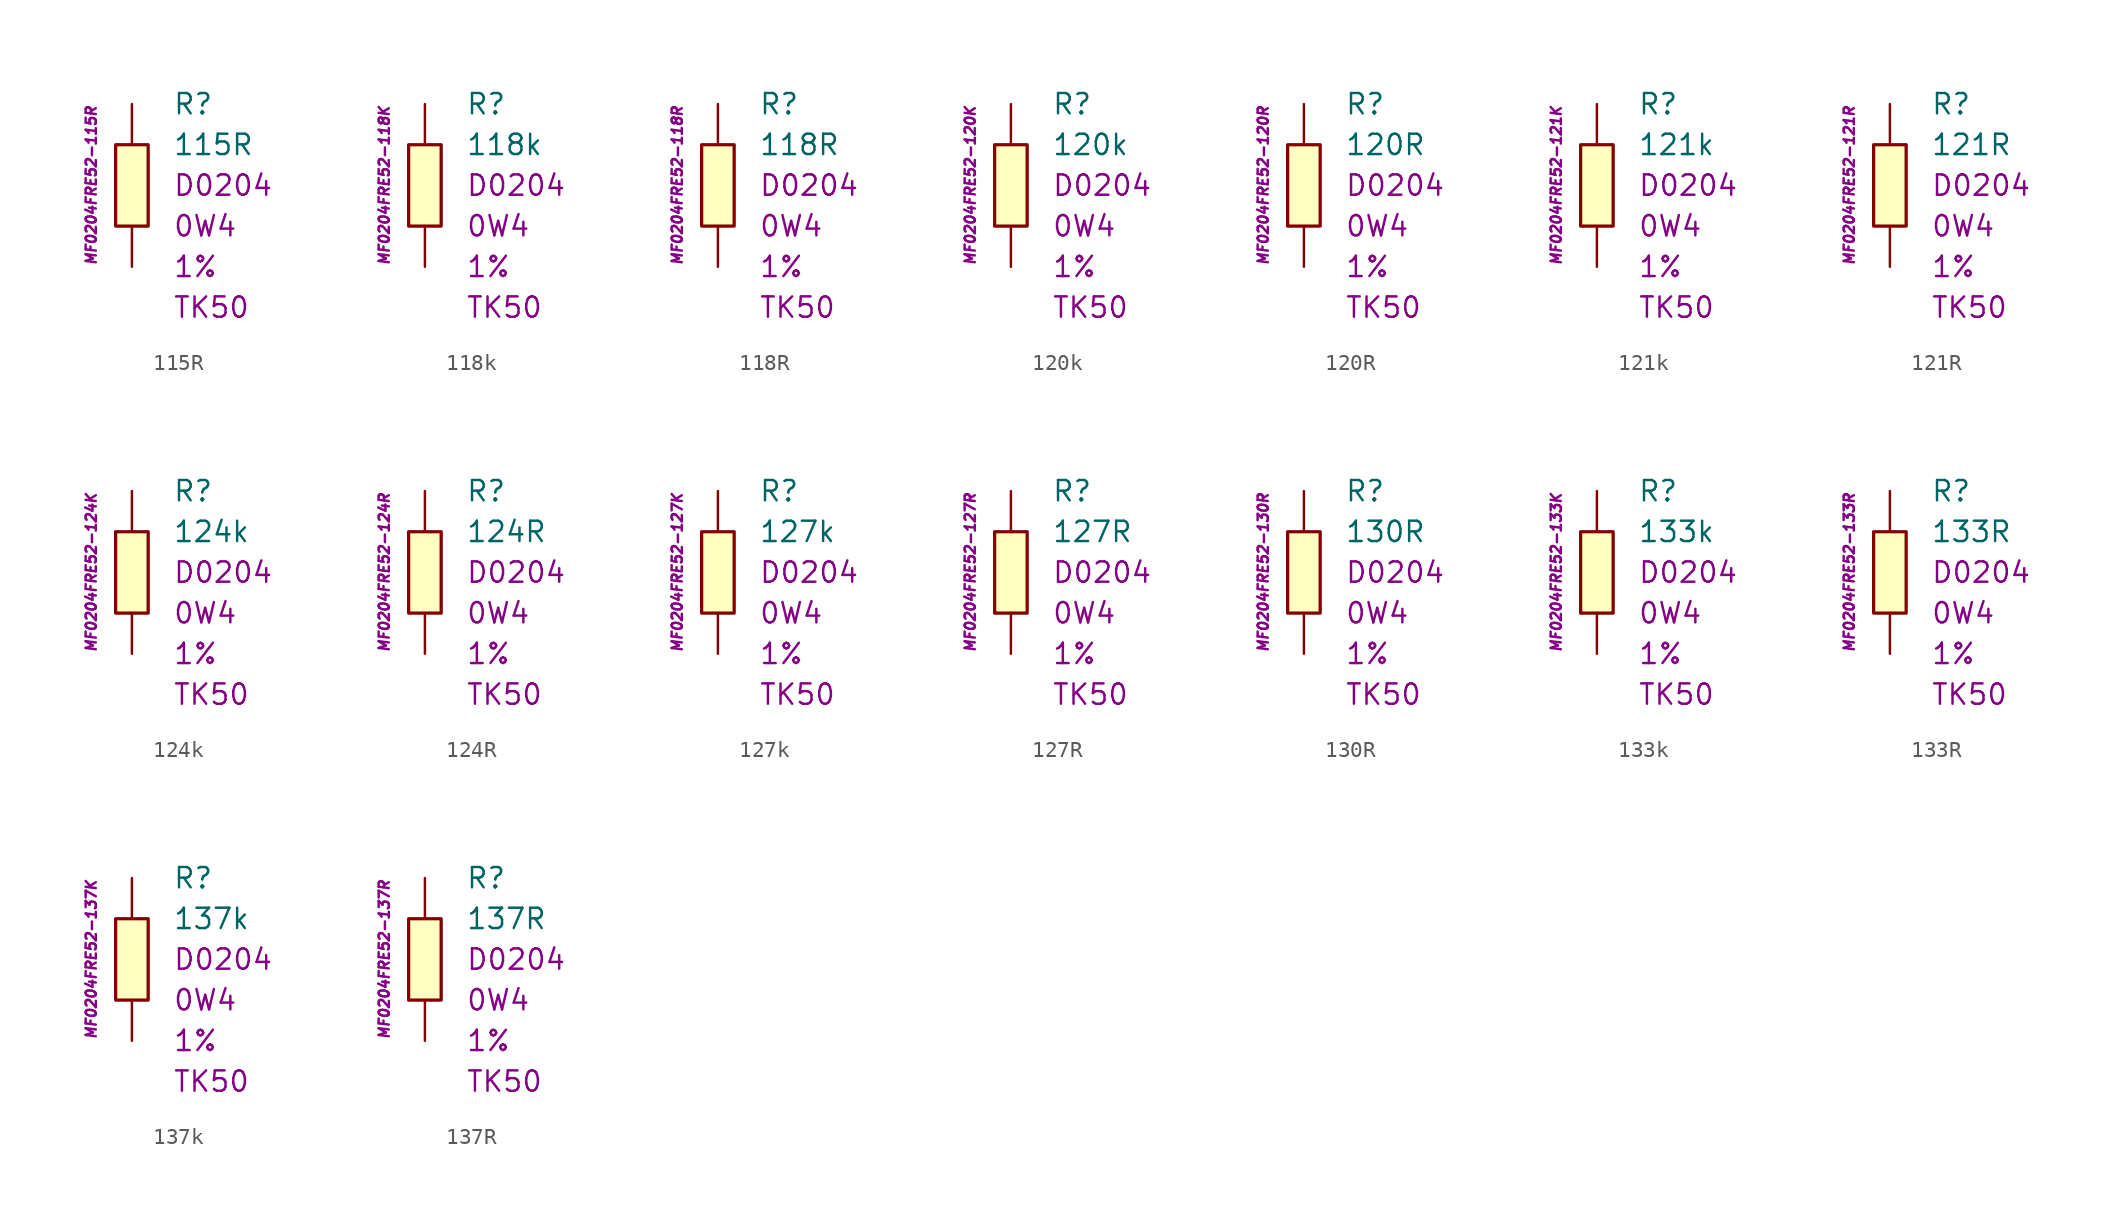
<source format=kicad_sym>
(kicad_symbol_lib
  (version 20201005)
  (generator kicad_symbol_editor)
  (symbol "115R"
    (pin_numbers hide)
    (pin_names
      (offset 1.016) hide)
    (property "Reference" "R"
      (at 2.54 5.08 0)
      (effects (font (size 1.27 1.27)) (justify left)))
    (property "Value" "115R"
      (at 2.54 2.54 0)
      (effects (font (size 1.27 1.27)) (justify left)))
    (property "Package" "D0204"
      (at 2.54 0 0)
      (effects (font (size 1.27 1.27)) (justify left)))
    (property "Power" "0W4"
      (at 2.54 -2.54 0)
      (effects (font (size 1.27 1.27)) (justify left)))
    (property "Tolerance" "1%"
      (at 2.54 -5.08 0)
      (effects (font (size 1.27 1.27)) (justify left)))
    (property "TK" "TK50"
      (at 2.54 -7.62 0)
      (effects (font (size 1.27 1.27)) (justify left)))
    (property "ID" "MF0204FRE52-115R"
      (at -2.54 0 90)
      (effects (font (size 0.635 0.635) italic)))
    (symbol "115R_0_1"
      (rectangle (start -1.016 2.54) (end 1.016 -2.54) (stroke (width 0.203)) (fill (type background))))
    (symbol "115R_1_1"
      (pin passive line (at 0 5.08 270) (length 2.54) (name "~" (effects (font (size 1.778 1.778)))) (number "1" (effects (font (size 1.778 1.778)))))
      (pin passive line (at 0 -5.08 90) (length 2.54) (name "~" (effects (font (size 1.778 1.778)))) (number "2" (effects (font (size 1.778 1.778)))))))
  (symbol "118k"
    (pin_numbers hide)
    (pin_names
      (offset 1.016) hide)
    (property "Reference" "R"
      (at 2.54 5.08 0)
      (effects (font (size 1.27 1.27)) (justify left)))
    (property "Value" "118k"
      (at 2.54 2.54 0)
      (effects (font (size 1.27 1.27)) (justify left)))
    (property "Package" "D0204"
      (at 2.54 0 0)
      (effects (font (size 1.27 1.27)) (justify left)))
    (property "Power" "0W4"
      (at 2.54 -2.54 0)
      (effects (font (size 1.27 1.27)) (justify left)))
    (property "Tolerance" "1%"
      (at 2.54 -5.08 0)
      (effects (font (size 1.27 1.27)) (justify left)))
    (property "TK" "TK50"
      (at 2.54 -7.62 0)
      (effects (font (size 1.27 1.27)) (justify left)))
    (property "ID" "MF0204FRE52-118K"
      (at -2.54 0 90)
      (effects (font (size 0.635 0.635) italic)))
    (symbol "118k_0_1"
      (rectangle (start -1.016 2.54) (end 1.016 -2.54) (stroke (width 0.203)) (fill (type background))))
    (symbol "118k_1_1"
      (pin passive line (at 0 5.08 270) (length 2.54) (name "~" (effects (font (size 1.778 1.778)))) (number "1" (effects (font (size 1.778 1.778)))))
      (pin passive line (at 0 -5.08 90) (length 2.54) (name "~" (effects (font (size 1.778 1.778)))) (number "2" (effects (font (size 1.778 1.778)))))))
  (symbol "118R"
    (pin_numbers hide)
    (pin_names
      (offset 1.016) hide)
    (property "Reference" "R"
      (at 2.54 5.08 0)
      (effects (font (size 1.27 1.27)) (justify left)))
    (property "Value" "118R"
      (at 2.54 2.54 0)
      (effects (font (size 1.27 1.27)) (justify left)))
    (property "Package" "D0204"
      (at 2.54 0 0)
      (effects (font (size 1.27 1.27)) (justify left)))
    (property "Power" "0W4"
      (at 2.54 -2.54 0)
      (effects (font (size 1.27 1.27)) (justify left)))
    (property "Tolerance" "1%"
      (at 2.54 -5.08 0)
      (effects (font (size 1.27 1.27)) (justify left)))
    (property "TK" "TK50"
      (at 2.54 -7.62 0)
      (effects (font (size 1.27 1.27)) (justify left)))
    (property "ID" "MF0204FRE52-118R"
      (at -2.54 0 90)
      (effects (font (size 0.635 0.635) italic)))
    (symbol "118R_0_1"
      (rectangle (start -1.016 2.54) (end 1.016 -2.54) (stroke (width 0.203)) (fill (type background))))
    (symbol "118R_1_1"
      (pin passive line (at 0 5.08 270) (length 2.54) (name "~" (effects (font (size 1.778 1.778)))) (number "1" (effects (font (size 1.778 1.778)))))
      (pin passive line (at 0 -5.08 90) (length 2.54) (name "~" (effects (font (size 1.778 1.778)))) (number "2" (effects (font (size 1.778 1.778)))))))
  (symbol "120k"
    (pin_numbers hide)
    (pin_names
      (offset 1.016) hide)
    (property "Reference" "R"
      (at 2.54 5.08 0)
      (effects (font (size 1.27 1.27)) (justify left)))
    (property "Value" "120k"
      (at 2.54 2.54 0)
      (effects (font (size 1.27 1.27)) (justify left)))
    (property "Package" "D0204"
      (at 2.54 0 0)
      (effects (font (size 1.27 1.27)) (justify left)))
    (property "Power" "0W4"
      (at 2.54 -2.54 0)
      (effects (font (size 1.27 1.27)) (justify left)))
    (property "Tolerance" "1%"
      (at 2.54 -5.08 0)
      (effects (font (size 1.27 1.27)) (justify left)))
    (property "TK" "TK50"
      (at 2.54 -7.62 0)
      (effects (font (size 1.27 1.27)) (justify left)))
    (property "ID" "MF0204FRE52-120K"
      (at -2.54 0 90)
      (effects (font (size 0.635 0.635) italic)))
    (symbol "120k_0_1"
      (rectangle (start -1.016 2.54) (end 1.016 -2.54) (stroke (width 0.203)) (fill (type background))))
    (symbol "120k_1_1"
      (pin passive line (at 0 5.08 270) (length 2.54) (name "~" (effects (font (size 1.778 1.778)))) (number "1" (effects (font (size 1.778 1.778)))))
      (pin passive line (at 0 -5.08 90) (length 2.54) (name "~" (effects (font (size 1.778 1.778)))) (number "2" (effects (font (size 1.778 1.778)))))))
  (symbol "120R"
    (pin_numbers hide)
    (pin_names
      (offset 1.016) hide)
    (property "Reference" "R"
      (at 2.54 5.08 0)
      (effects (font (size 1.27 1.27)) (justify left)))
    (property "Value" "120R"
      (at 2.54 2.54 0)
      (effects (font (size 1.27 1.27)) (justify left)))
    (property "Package" "D0204"
      (at 2.54 0 0)
      (effects (font (size 1.27 1.27)) (justify left)))
    (property "Power" "0W4"
      (at 2.54 -2.54 0)
      (effects (font (size 1.27 1.27)) (justify left)))
    (property "Tolerance" "1%"
      (at 2.54 -5.08 0)
      (effects (font (size 1.27 1.27)) (justify left)))
    (property "TK" "TK50"
      (at 2.54 -7.62 0)
      (effects (font (size 1.27 1.27)) (justify left)))
    (property "ID" "MF0204FRE52-120R"
      (at -2.54 0 90)
      (effects (font (size 0.635 0.635) italic)))
    (symbol "120R_0_1"
      (rectangle (start -1.016 2.54) (end 1.016 -2.54) (stroke (width 0.203)) (fill (type background))))
    (symbol "120R_1_1"
      (pin passive line (at 0 5.08 270) (length 2.54) (name "~" (effects (font (size 1.778 1.778)))) (number "1" (effects (font (size 1.778 1.778)))))
      (pin passive line (at 0 -5.08 90) (length 2.54) (name "~" (effects (font (size 1.778 1.778)))) (number "2" (effects (font (size 1.778 1.778)))))))
  (symbol "121k"
    (pin_numbers hide)
    (pin_names
      (offset 1.016) hide)
    (property "Reference" "R"
      (at 2.54 5.08 0)
      (effects (font (size 1.27 1.27)) (justify left)))
    (property "Value" "121k"
      (at 2.54 2.54 0)
      (effects (font (size 1.27 1.27)) (justify left)))
    (property "Package" "D0204"
      (at 2.54 0 0)
      (effects (font (size 1.27 1.27)) (justify left)))
    (property "Power" "0W4"
      (at 2.54 -2.54 0)
      (effects (font (size 1.27 1.27)) (justify left)))
    (property "Tolerance" "1%"
      (at 2.54 -5.08 0)
      (effects (font (size 1.27 1.27)) (justify left)))
    (property "TK" "TK50"
      (at 2.54 -7.62 0)
      (effects (font (size 1.27 1.27)) (justify left)))
    (property "ID" "MF0204FRE52-121K"
      (at -2.54 0 90)
      (effects (font (size 0.635 0.635) italic)))
    (symbol "121k_0_1"
      (rectangle (start -1.016 2.54) (end 1.016 -2.54) (stroke (width 0.203)) (fill (type background))))
    (symbol "121k_1_1"
      (pin passive line (at 0 5.08 270) (length 2.54) (name "~" (effects (font (size 1.778 1.778)))) (number "1" (effects (font (size 1.778 1.778)))))
      (pin passive line (at 0 -5.08 90) (length 2.54) (name "~" (effects (font (size 1.778 1.778)))) (number "2" (effects (font (size 1.778 1.778)))))))
  (symbol "121R"
    (pin_numbers hide)
    (pin_names
      (offset 1.016) hide)
    (property "Reference" "R"
      (at 2.54 5.08 0)
      (effects (font (size 1.27 1.27)) (justify left)))
    (property "Value" "121R"
      (at 2.54 2.54 0)
      (effects (font (size 1.27 1.27)) (justify left)))
    (property "Package" "D0204"
      (at 2.54 0 0)
      (effects (font (size 1.27 1.27)) (justify left)))
    (property "Power" "0W4"
      (at 2.54 -2.54 0)
      (effects (font (size 1.27 1.27)) (justify left)))
    (property "Tolerance" "1%"
      (at 2.54 -5.08 0)
      (effects (font (size 1.27 1.27)) (justify left)))
    (property "TK" "TK50"
      (at 2.54 -7.62 0)
      (effects (font (size 1.27 1.27)) (justify left)))
    (property "ID" "MF0204FRE52-121R"
      (at -2.54 0 90)
      (effects (font (size 0.635 0.635) italic)))
    (symbol "121R_0_1"
      (rectangle (start -1.016 2.54) (end 1.016 -2.54) (stroke (width 0.203)) (fill (type background))))
    (symbol "121R_1_1"
      (pin passive line (at 0 5.08 270) (length 2.54) (name "~" (effects (font (size 1.778 1.778)))) (number "1" (effects (font (size 1.778 1.778)))))
      (pin passive line (at 0 -5.08 90) (length 2.54) (name "~" (effects (font (size 1.778 1.778)))) (number "2" (effects (font (size 1.778 1.778)))))))
  (symbol "124k"
    (pin_numbers hide)
    (pin_names
      (offset 1.016) hide)
    (property "Reference" "R"
      (at 2.54 5.08 0)
      (effects (font (size 1.27 1.27)) (justify left)))
    (property "Value" "124k"
      (at 2.54 2.54 0)
      (effects (font (size 1.27 1.27)) (justify left)))
    (property "Package" "D0204"
      (at 2.54 0 0)
      (effects (font (size 1.27 1.27)) (justify left)))
    (property "Power" "0W4"
      (at 2.54 -2.54 0)
      (effects (font (size 1.27 1.27)) (justify left)))
    (property "Tolerance" "1%"
      (at 2.54 -5.08 0)
      (effects (font (size 1.27 1.27)) (justify left)))
    (property "TK" "TK50"
      (at 2.54 -7.62 0)
      (effects (font (size 1.27 1.27)) (justify left)))
    (property "ID" "MF0204FRE52-124K"
      (at -2.54 0 90)
      (effects (font (size 0.635 0.635) italic)))
    (symbol "124k_0_1"
      (rectangle (start -1.016 2.54) (end 1.016 -2.54) (stroke (width 0.203)) (fill (type background))))
    (symbol "124k_1_1"
      (pin passive line (at 0 5.08 270) (length 2.54) (name "~" (effects (font (size 1.778 1.778)))) (number "1" (effects (font (size 1.778 1.778)))))
      (pin passive line (at 0 -5.08 90) (length 2.54) (name "~" (effects (font (size 1.778 1.778)))) (number "2" (effects (font (size 1.778 1.778)))))))
  (symbol "124R"
    (pin_numbers hide)
    (pin_names
      (offset 1.016) hide)
    (property "Reference" "R"
      (at 2.54 5.08 0)
      (effects (font (size 1.27 1.27)) (justify left)))
    (property "Value" "124R"
      (at 2.54 2.54 0)
      (effects (font (size 1.27 1.27)) (justify left)))
    (property "Package" "D0204"
      (at 2.54 0 0)
      (effects (font (size 1.27 1.27)) (justify left)))
    (property "Power" "0W4"
      (at 2.54 -2.54 0)
      (effects (font (size 1.27 1.27)) (justify left)))
    (property "Tolerance" "1%"
      (at 2.54 -5.08 0)
      (effects (font (size 1.27 1.27)) (justify left)))
    (property "TK" "TK50"
      (at 2.54 -7.62 0)
      (effects (font (size 1.27 1.27)) (justify left)))
    (property "ID" "MF0204FRE52-124R"
      (at -2.54 0 90)
      (effects (font (size 0.635 0.635) italic)))
    (symbol "124R_0_1"
      (rectangle (start -1.016 2.54) (end 1.016 -2.54) (stroke (width 0.203)) (fill (type background))))
    (symbol "124R_1_1"
      (pin passive line (at 0 5.08 270) (length 2.54) (name "~" (effects (font (size 1.778 1.778)))) (number "1" (effects (font (size 1.778 1.778)))))
      (pin passive line (at 0 -5.08 90) (length 2.54) (name "~" (effects (font (size 1.778 1.778)))) (number "2" (effects (font (size 1.778 1.778)))))))
  (symbol "127k"
    (pin_numbers hide)
    (pin_names
      (offset 1.016) hide)
    (property "Reference" "R"
      (at 2.54 5.08 0)
      (effects (font (size 1.27 1.27)) (justify left)))
    (property "Value" "127k"
      (at 2.54 2.54 0)
      (effects (font (size 1.27 1.27)) (justify left)))
    (property "Package" "D0204"
      (at 2.54 0 0)
      (effects (font (size 1.27 1.27)) (justify left)))
    (property "Power" "0W4"
      (at 2.54 -2.54 0)
      (effects (font (size 1.27 1.27)) (justify left)))
    (property "Tolerance" "1%"
      (at 2.54 -5.08 0)
      (effects (font (size 1.27 1.27)) (justify left)))
    (property "TK" "TK50"
      (at 2.54 -7.62 0)
      (effects (font (size 1.27 1.27)) (justify left)))
    (property "ID" "MF0204FRE52-127K"
      (at -2.54 0 90)
      (effects (font (size 0.635 0.635) italic)))
    (symbol "127k_0_1"
      (rectangle (start -1.016 2.54) (end 1.016 -2.54) (stroke (width 0.203)) (fill (type background))))
    (symbol "127k_1_1"
      (pin passive line (at 0 5.08 270) (length 2.54) (name "~" (effects (font (size 1.778 1.778)))) (number "1" (effects (font (size 1.778 1.778)))))
      (pin passive line (at 0 -5.08 90) (length 2.54) (name "~" (effects (font (size 1.778 1.778)))) (number "2" (effects (font (size 1.778 1.778)))))))
  (symbol "127R"
    (pin_numbers hide)
    (pin_names
      (offset 1.016) hide)
    (property "Reference" "R"
      (at 2.54 5.08 0)
      (effects (font (size 1.27 1.27)) (justify left)))
    (property "Value" "127R"
      (at 2.54 2.54 0)
      (effects (font (size 1.27 1.27)) (justify left)))
    (property "Package" "D0204"
      (at 2.54 0 0)
      (effects (font (size 1.27 1.27)) (justify left)))
    (property "Power" "0W4"
      (at 2.54 -2.54 0)
      (effects (font (size 1.27 1.27)) (justify left)))
    (property "Tolerance" "1%"
      (at 2.54 -5.08 0)
      (effects (font (size 1.27 1.27)) (justify left)))
    (property "TK" "TK50"
      (at 2.54 -7.62 0)
      (effects (font (size 1.27 1.27)) (justify left)))
    (property "ID" "MF0204FRE52-127R"
      (at -2.54 0 90)
      (effects (font (size 0.635 0.635) italic)))
    (symbol "127R_0_1"
      (rectangle (start -1.016 2.54) (end 1.016 -2.54) (stroke (width 0.203)) (fill (type background))))
    (symbol "127R_1_1"
      (pin passive line (at 0 5.08 270) (length 2.54) (name "~" (effects (font (size 1.778 1.778)))) (number "1" (effects (font (size 1.778 1.778)))))
      (pin passive line (at 0 -5.08 90) (length 2.54) (name "~" (effects (font (size 1.778 1.778)))) (number "2" (effects (font (size 1.778 1.778)))))))
  (symbol "130R"
    (pin_numbers hide)
    (pin_names
      (offset 1.016) hide)
    (property "Reference" "R"
      (at 2.54 5.08 0)
      (effects (font (size 1.27 1.27)) (justify left)))
    (property "Value" "130R"
      (at 2.54 2.54 0)
      (effects (font (size 1.27 1.27)) (justify left)))
    (property "Package" "D0204"
      (at 2.54 0 0)
      (effects (font (size 1.27 1.27)) (justify left)))
    (property "Power" "0W4"
      (at 2.54 -2.54 0)
      (effects (font (size 1.27 1.27)) (justify left)))
    (property "Tolerance" "1%"
      (at 2.54 -5.08 0)
      (effects (font (size 1.27 1.27)) (justify left)))
    (property "TK" "TK50"
      (at 2.54 -7.62 0)
      (effects (font (size 1.27 1.27)) (justify left)))
    (property "ID" "MF0204FRE52-130R"
      (at -2.54 0 90)
      (effects (font (size 0.635 0.635) italic)))
    (symbol "130R_0_1"
      (rectangle (start -1.016 2.54) (end 1.016 -2.54) (stroke (width 0.203)) (fill (type background))))
    (symbol "130R_1_1"
      (pin passive line (at 0 5.08 270) (length 2.54) (name "~" (effects (font (size 1.778 1.778)))) (number "1" (effects (font (size 1.778 1.778)))))
      (pin passive line (at 0 -5.08 90) (length 2.54) (name "~" (effects (font (size 1.778 1.778)))) (number "2" (effects (font (size 1.778 1.778)))))))
  (symbol "133k"
    (pin_numbers hide)
    (pin_names
      (offset 1.016) hide)
    (property "Reference" "R"
      (at 2.54 5.08 0)
      (effects (font (size 1.27 1.27)) (justify left)))
    (property "Value" "133k"
      (at 2.54 2.54 0)
      (effects (font (size 1.27 1.27)) (justify left)))
    (property "Package" "D0204"
      (at 2.54 0 0)
      (effects (font (size 1.27 1.27)) (justify left)))
    (property "Power" "0W4"
      (at 2.54 -2.54 0)
      (effects (font (size 1.27 1.27)) (justify left)))
    (property "Tolerance" "1%"
      (at 2.54 -5.08 0)
      (effects (font (size 1.27 1.27)) (justify left)))
    (property "TK" "TK50"
      (at 2.54 -7.62 0)
      (effects (font (size 1.27 1.27)) (justify left)))
    (property "ID" "MF0204FRE52-133K"
      (at -2.54 0 90)
      (effects (font (size 0.635 0.635) italic)))
    (symbol "133k_0_1"
      (rectangle (start -1.016 2.54) (end 1.016 -2.54) (stroke (width 0.203)) (fill (type background))))
    (symbol "133k_1_1"
      (pin passive line (at 0 5.08 270) (length 2.54) (name "~" (effects (font (size 1.778 1.778)))) (number "1" (effects (font (size 1.778 1.778)))))
      (pin passive line (at 0 -5.08 90) (length 2.54) (name "~" (effects (font (size 1.778 1.778)))) (number "2" (effects (font (size 1.778 1.778)))))))
  (symbol "133R"
    (pin_numbers hide)
    (pin_names
      (offset 1.016) hide)
    (property "Reference" "R"
      (at 2.54 5.08 0)
      (effects (font (size 1.27 1.27)) (justify left)))
    (property "Value" "133R"
      (at 2.54 2.54 0)
      (effects (font (size 1.27 1.27)) (justify left)))
    (property "Package" "D0204"
      (at 2.54 0 0)
      (effects (font (size 1.27 1.27)) (justify left)))
    (property "Power" "0W4"
      (at 2.54 -2.54 0)
      (effects (font (size 1.27 1.27)) (justify left)))
    (property "Tolerance" "1%"
      (at 2.54 -5.08 0)
      (effects (font (size 1.27 1.27)) (justify left)))
    (property "TK" "TK50"
      (at 2.54 -7.62 0)
      (effects (font (size 1.27 1.27)) (justify left)))
    (property "ID" "MF0204FRE52-133R"
      (at -2.54 0 90)
      (effects (font (size 0.635 0.635) italic)))
    (symbol "133R_0_1"
      (rectangle (start -1.016 2.54) (end 1.016 -2.54) (stroke (width 0.203)) (fill (type background))))
    (symbol "133R_1_1"
      (pin passive line (at 0 5.08 270) (length 2.54) (name "~" (effects (font (size 1.778 1.778)))) (number "1" (effects (font (size 1.778 1.778)))))
      (pin passive line (at 0 -5.08 90) (length 2.54) (name "~" (effects (font (size 1.778 1.778)))) (number "2" (effects (font (size 1.778 1.778)))))))
  (symbol "137k"
    (pin_numbers hide)
    (pin_names
      (offset 1.016) hide)
    (property "Reference" "R"
      (at 2.54 5.08 0)
      (effects (font (size 1.27 1.27)) (justify left)))
    (property "Value" "137k"
      (at 2.54 2.54 0)
      (effects (font (size 1.27 1.27)) (justify left)))
    (property "Package" "D0204"
      (at 2.54 0 0)
      (effects (font (size 1.27 1.27)) (justify left)))
    (property "Power" "0W4"
      (at 2.54 -2.54 0)
      (effects (font (size 1.27 1.27)) (justify left)))
    (property "Tolerance" "1%"
      (at 2.54 -5.08 0)
      (effects (font (size 1.27 1.27)) (justify left)))
    (property "TK" "TK50"
      (at 2.54 -7.62 0)
      (effects (font (size 1.27 1.27)) (justify left)))
    (property "ID" "MF0204FRE52-137K"
      (at -2.54 0 90)
      (effects (font (size 0.635 0.635) italic)))
    (symbol "137k_0_1"
      (rectangle (start -1.016 2.54) (end 1.016 -2.54) (stroke (width 0.203)) (fill (type background))))
    (symbol "137k_1_1"
      (pin passive line (at 0 5.08 270) (length 2.54) (name "~" (effects (font (size 1.778 1.778)))) (number "1" (effects (font (size 1.778 1.778)))))
      (pin passive line (at 0 -5.08 90) (length 2.54) (name "~" (effects (font (size 1.778 1.778)))) (number "2" (effects (font (size 1.778 1.778)))))))
  (symbol "137R"
    (pin_numbers hide)
    (pin_names
      (offset 1.016) hide)
    (property "Reference" "R"
      (at 2.54 5.08 0)
      (effects (font (size 1.27 1.27)) (justify left)))
    (property "Value" "137R"
      (at 2.54 2.54 0)
      (effects (font (size 1.27 1.27)) (justify left)))
    (property "Package" "D0204"
      (at 2.54 0 0)
      (effects (font (size 1.27 1.27)) (justify left)))
    (property "Power" "0W4"
      (at 2.54 -2.54 0)
      (effects (font (size 1.27 1.27)) (justify left)))
    (property "Tolerance" "1%"
      (at 2.54 -5.08 0)
      (effects (font (size 1.27 1.27)) (justify left)))
    (property "TK" "TK50"
      (at 2.54 -7.62 0)
      (effects (font (size 1.27 1.27)) (justify left)))
    (property "ID" "MF0204FRE52-137R"
      (at -2.54 0 90)
      (effects (font (size 0.635 0.635) italic)))
    (symbol "137R_0_1"
      (rectangle (start -1.016 2.54) (end 1.016 -2.54) (stroke (width 0.203)) (fill (type background))))
    (symbol "137R_1_1"
      (pin passive line (at 0 5.08 270) (length 2.54) (name "~" (effects (font (size 1.778 1.778)))) (number "1" (effects (font (size 1.778 1.778)))))
      (pin passive line (at 0 -5.08 90) (length 2.54) (name "~" (effects (font (size 1.778 1.778)))) (number "2" (effects (font (size 1.778 1.778))))))))
</source>
